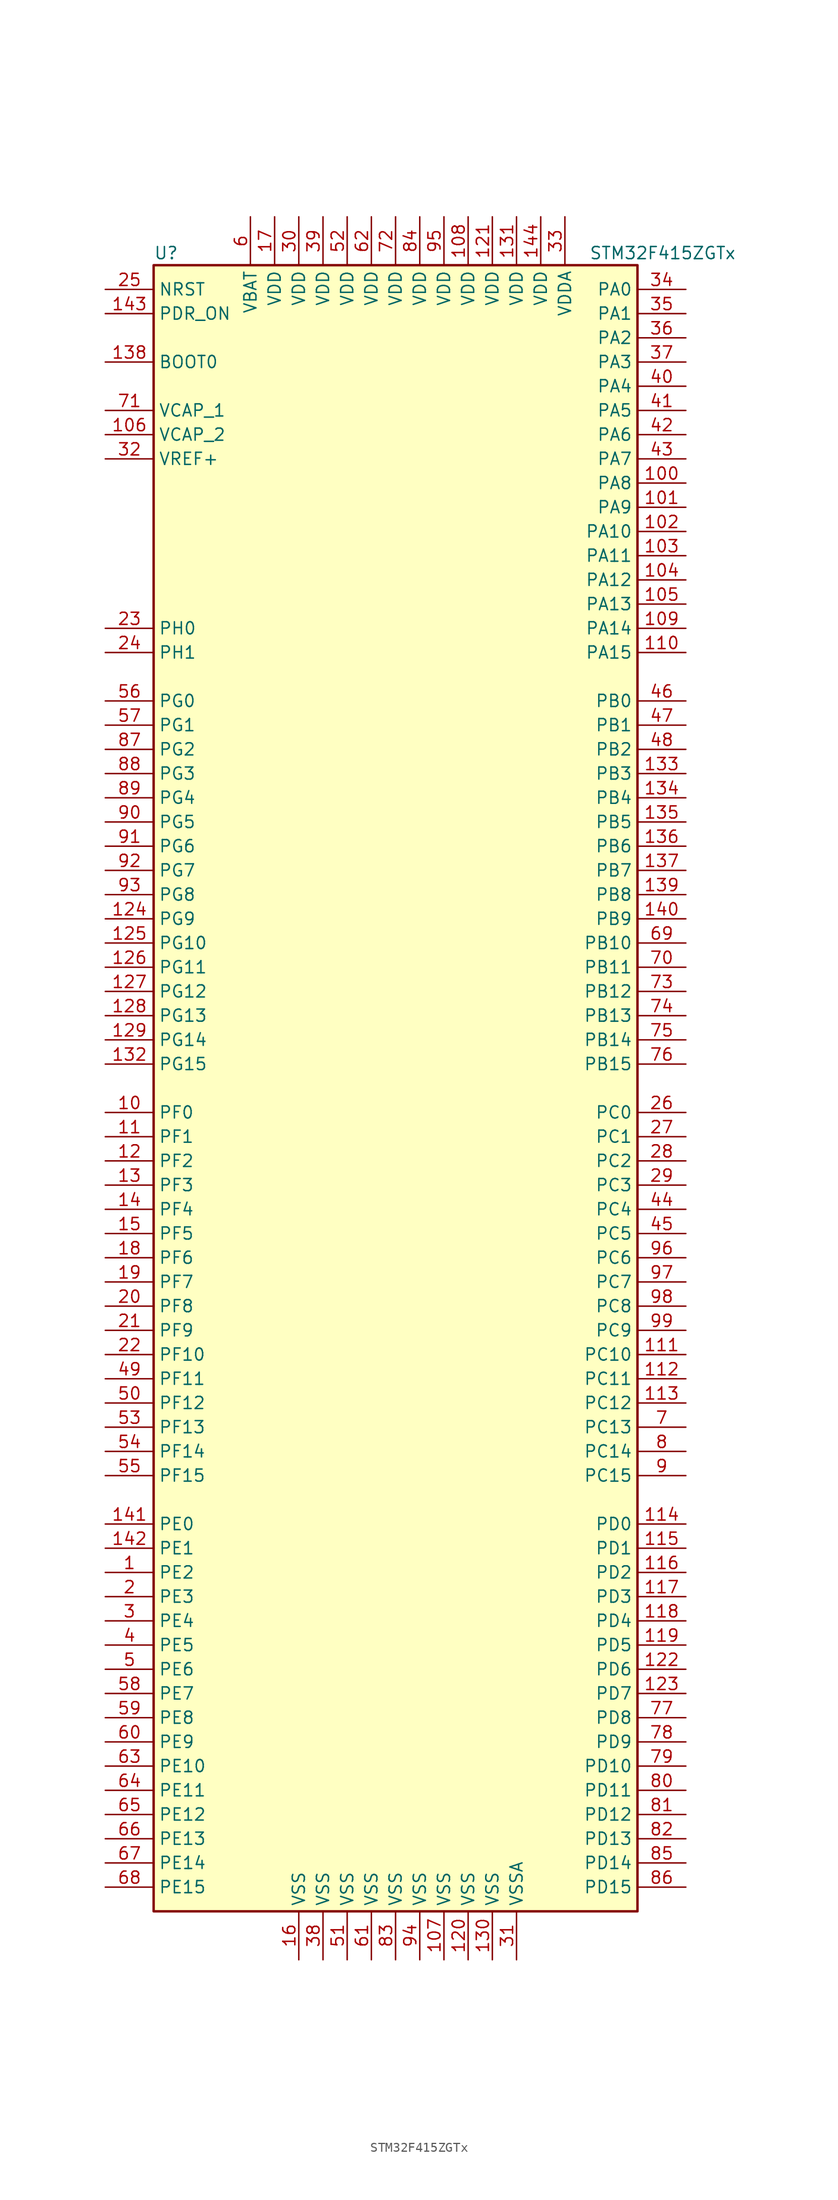
<source format=kicad_sym>
(kicad_symbol_lib
  (version 20201005)
  (generator kicad_symbol_editor)
  (symbol "STM32F415ZGTx"
    (property "Reference" "U"
      (at -25.4 87.63 0)
      (effects (font (size 1.27 1.27)) (justify left)))
    (property "Value" "STM32F415ZGTx"
      (at 20.32 87.63 0)
      (effects (font (size 1.27 1.27)) (justify left)))
    (symbol "STM32F415ZGTx_0_1"
      (rectangle (start -25.4 -86.36) (end 25.4 86.36) (stroke (width 0.254)) (fill (type background))))
    (symbol "STM32F415ZGTx_1_1"
      (pin bidirectional line (at -30.48 -50.8 0) (length 5.08) (name "PE2" (effects (font (size 1.27 1.27)))) (number "1" (effects (font (size 1.27 1.27)))))
      (pin bidirectional line (at -30.48 -2.54 0) (length 5.08) (name "PF0" (effects (font (size 1.27 1.27)))) (number "10" (effects (font (size 1.27 1.27)))))
      (pin bidirectional line (at 30.48 63.5 180) (length 5.08) (name "PA8" (effects (font (size 1.27 1.27)))) (number "100" (effects (font (size 1.27 1.27)))))
      (pin bidirectional line (at 30.48 60.96 180) (length 5.08) (name "PA9" (effects (font (size 1.27 1.27)))) (number "101" (effects (font (size 1.27 1.27)))))
      (pin bidirectional line (at 30.48 58.42 180) (length 5.08) (name "PA10" (effects (font (size 1.27 1.27)))) (number "102" (effects (font (size 1.27 1.27)))))
      (pin bidirectional line (at 30.48 55.88 180) (length 5.08) (name "PA11" (effects (font (size 1.27 1.27)))) (number "103" (effects (font (size 1.27 1.27)))))
      (pin bidirectional line (at 30.48 53.34 180) (length 5.08) (name "PA12" (effects (font (size 1.27 1.27)))) (number "104" (effects (font (size 1.27 1.27)))))
      (pin bidirectional line (at 30.48 50.8 180) (length 5.08) (name "PA13" (effects (font (size 1.27 1.27)))) (number "105" (effects (font (size 1.27 1.27)))))
      (pin power_in line (at -30.48 68.58 0) (length 5.08) (name "VCAP_2" (effects (font (size 1.27 1.27)))) (number "106" (effects (font (size 1.27 1.27)))))
      (pin power_in line (at 5.08 -91.44 90) (length 5.08) (name "VSS" (effects (font (size 1.27 1.27)))) (number "107" (effects (font (size 1.27 1.27)))))
      (pin power_in line (at 7.62 91.44 270) (length 5.08) (name "VDD" (effects (font (size 1.27 1.27)))) (number "108" (effects (font (size 1.27 1.27)))))
      (pin bidirectional line (at 30.48 48.26 180) (length 5.08) (name "PA14" (effects (font (size 1.27 1.27)))) (number "109" (effects (font (size 1.27 1.27)))))
      (pin bidirectional line (at -30.48 -5.08 0) (length 5.08) (name "PF1" (effects (font (size 1.27 1.27)))) (number "11" (effects (font (size 1.27 1.27)))))
      (pin bidirectional line (at 30.48 45.72 180) (length 5.08) (name "PA15" (effects (font (size 1.27 1.27)))) (number "110" (effects (font (size 1.27 1.27)))))
      (pin bidirectional line (at 30.48 -27.94 180) (length 5.08) (name "PC10" (effects (font (size 1.27 1.27)))) (number "111" (effects (font (size 1.27 1.27)))))
      (pin bidirectional line (at 30.48 -30.48 180) (length 5.08) (name "PC11" (effects (font (size 1.27 1.27)))) (number "112" (effects (font (size 1.27 1.27)))))
      (pin bidirectional line (at 30.48 -33.02 180) (length 5.08) (name "PC12" (effects (font (size 1.27 1.27)))) (number "113" (effects (font (size 1.27 1.27)))))
      (pin bidirectional line (at 30.48 -45.72 180) (length 5.08) (name "PD0" (effects (font (size 1.27 1.27)))) (number "114" (effects (font (size 1.27 1.27)))))
      (pin bidirectional line (at 30.48 -48.26 180) (length 5.08) (name "PD1" (effects (font (size 1.27 1.27)))) (number "115" (effects (font (size 1.27 1.27)))))
      (pin bidirectional line (at 30.48 -50.8 180) (length 5.08) (name "PD2" (effects (font (size 1.27 1.27)))) (number "116" (effects (font (size 1.27 1.27)))))
      (pin bidirectional line (at 30.48 -53.34 180) (length 5.08) (name "PD3" (effects (font (size 1.27 1.27)))) (number "117" (effects (font (size 1.27 1.27)))))
      (pin bidirectional line (at 30.48 -55.88 180) (length 5.08) (name "PD4" (effects (font (size 1.27 1.27)))) (number "118" (effects (font (size 1.27 1.27)))))
      (pin bidirectional line (at 30.48 -58.42 180) (length 5.08) (name "PD5" (effects (font (size 1.27 1.27)))) (number "119" (effects (font (size 1.27 1.27)))))
      (pin bidirectional line (at -30.48 -7.62 0) (length 5.08) (name "PF2" (effects (font (size 1.27 1.27)))) (number "12" (effects (font (size 1.27 1.27)))))
      (pin power_in line (at 7.62 -91.44 90) (length 5.08) (name "VSS" (effects (font (size 1.27 1.27)))) (number "120" (effects (font (size 1.27 1.27)))))
      (pin power_in line (at 10.16 91.44 270) (length 5.08) (name "VDD" (effects (font (size 1.27 1.27)))) (number "121" (effects (font (size 1.27 1.27)))))
      (pin bidirectional line (at 30.48 -60.96 180) (length 5.08) (name "PD6" (effects (font (size 1.27 1.27)))) (number "122" (effects (font (size 1.27 1.27)))))
      (pin bidirectional line (at 30.48 -63.5 180) (length 5.08) (name "PD7" (effects (font (size 1.27 1.27)))) (number "123" (effects (font (size 1.27 1.27)))))
      (pin bidirectional line (at -30.48 17.78 0) (length 5.08) (name "PG9" (effects (font (size 1.27 1.27)))) (number "124" (effects (font (size 1.27 1.27)))))
      (pin bidirectional line (at -30.48 15.24 0) (length 5.08) (name "PG10" (effects (font (size 1.27 1.27)))) (number "125" (effects (font (size 1.27 1.27)))))
      (pin bidirectional line (at -30.48 12.7 0) (length 5.08) (name "PG11" (effects (font (size 1.27 1.27)))) (number "126" (effects (font (size 1.27 1.27)))))
      (pin bidirectional line (at -30.48 10.16 0) (length 5.08) (name "PG12" (effects (font (size 1.27 1.27)))) (number "127" (effects (font (size 1.27 1.27)))))
      (pin bidirectional line (at -30.48 7.62 0) (length 5.08) (name "PG13" (effects (font (size 1.27 1.27)))) (number "128" (effects (font (size 1.27 1.27)))))
      (pin bidirectional line (at -30.48 5.08 0) (length 5.08) (name "PG14" (effects (font (size 1.27 1.27)))) (number "129" (effects (font (size 1.27 1.27)))))
      (pin bidirectional line (at -30.48 -10.16 0) (length 5.08) (name "PF3" (effects (font (size 1.27 1.27)))) (number "13" (effects (font (size 1.27 1.27)))))
      (pin power_in line (at 10.16 -91.44 90) (length 5.08) (name "VSS" (effects (font (size 1.27 1.27)))) (number "130" (effects (font (size 1.27 1.27)))))
      (pin power_in line (at 12.7 91.44 270) (length 5.08) (name "VDD" (effects (font (size 1.27 1.27)))) (number "131" (effects (font (size 1.27 1.27)))))
      (pin bidirectional line (at -30.48 2.54 0) (length 5.08) (name "PG15" (effects (font (size 1.27 1.27)))) (number "132" (effects (font (size 1.27 1.27)))))
      (pin bidirectional line (at 30.48 33.02 180) (length 5.08) (name "PB3" (effects (font (size 1.27 1.27)))) (number "133" (effects (font (size 1.27 1.27)))))
      (pin bidirectional line (at 30.48 30.48 180) (length 5.08) (name "PB4" (effects (font (size 1.27 1.27)))) (number "134" (effects (font (size 1.27 1.27)))))
      (pin bidirectional line (at 30.48 27.94 180) (length 5.08) (name "PB5" (effects (font (size 1.27 1.27)))) (number "135" (effects (font (size 1.27 1.27)))))
      (pin bidirectional line (at 30.48 25.4 180) (length 5.08) (name "PB6" (effects (font (size 1.27 1.27)))) (number "136" (effects (font (size 1.27 1.27)))))
      (pin bidirectional line (at 30.48 22.86 180) (length 5.08) (name "PB7" (effects (font (size 1.27 1.27)))) (number "137" (effects (font (size 1.27 1.27)))))
      (pin input line (at -30.48 76.2 0) (length 5.08) (name "BOOT0" (effects (font (size 1.27 1.27)))) (number "138" (effects (font (size 1.27 1.27)))))
      (pin bidirectional line (at 30.48 20.32 180) (length 5.08) (name "PB8" (effects (font (size 1.27 1.27)))) (number "139" (effects (font (size 1.27 1.27)))))
      (pin bidirectional line (at -30.48 -12.7 0) (length 5.08) (name "PF4" (effects (font (size 1.27 1.27)))) (number "14" (effects (font (size 1.27 1.27)))))
      (pin bidirectional line (at 30.48 17.78 180) (length 5.08) (name "PB9" (effects (font (size 1.27 1.27)))) (number "140" (effects (font (size 1.27 1.27)))))
      (pin bidirectional line (at -30.48 -45.72 0) (length 5.08) (name "PE0" (effects (font (size 1.27 1.27)))) (number "141" (effects (font (size 1.27 1.27)))))
      (pin bidirectional line (at -30.48 -48.26 0) (length 5.08) (name "PE1" (effects (font (size 1.27 1.27)))) (number "142" (effects (font (size 1.27 1.27)))))
      (pin input line (at -30.48 81.28 0) (length 5.08) (name "PDR_ON" (effects (font (size 1.27 1.27)))) (number "143" (effects (font (size 1.27 1.27)))))
      (pin power_in line (at 15.24 91.44 270) (length 5.08) (name "VDD" (effects (font (size 1.27 1.27)))) (number "144" (effects (font (size 1.27 1.27)))))
      (pin bidirectional line (at -30.48 -15.24 0) (length 5.08) (name "PF5" (effects (font (size 1.27 1.27)))) (number "15" (effects (font (size 1.27 1.27)))))
      (pin power_in line (at -10.16 -91.44 90) (length 5.08) (name "VSS" (effects (font (size 1.27 1.27)))) (number "16" (effects (font (size 1.27 1.27)))))
      (pin power_in line (at -12.7 91.44 270) (length 5.08) (name "VDD" (effects (font (size 1.27 1.27)))) (number "17" (effects (font (size 1.27 1.27)))))
      (pin bidirectional line (at -30.48 -17.78 0) (length 5.08) (name "PF6" (effects (font (size 1.27 1.27)))) (number "18" (effects (font (size 1.27 1.27)))))
      (pin bidirectional line (at -30.48 -20.32 0) (length 5.08) (name "PF7" (effects (font (size 1.27 1.27)))) (number "19" (effects (font (size 1.27 1.27)))))
      (pin bidirectional line (at -30.48 -53.34 0) (length 5.08) (name "PE3" (effects (font (size 1.27 1.27)))) (number "2" (effects (font (size 1.27 1.27)))))
      (pin bidirectional line (at -30.48 -22.86 0) (length 5.08) (name "PF8" (effects (font (size 1.27 1.27)))) (number "20" (effects (font (size 1.27 1.27)))))
      (pin bidirectional line (at -30.48 -25.4 0) (length 5.08) (name "PF9" (effects (font (size 1.27 1.27)))) (number "21" (effects (font (size 1.27 1.27)))))
      (pin bidirectional line (at -30.48 -27.94 0) (length 5.08) (name "PF10" (effects (font (size 1.27 1.27)))) (number "22" (effects (font (size 1.27 1.27)))))
      (pin input line (at -30.48 48.26 0) (length 5.08) (name "PH0" (effects (font (size 1.27 1.27)))) (number "23" (effects (font (size 1.27 1.27)))))
      (pin input line (at -30.48 45.72 0) (length 5.08) (name "PH1" (effects (font (size 1.27 1.27)))) (number "24" (effects (font (size 1.27 1.27)))))
      (pin input line (at -30.48 83.82 0) (length 5.08) (name "NRST" (effects (font (size 1.27 1.27)))) (number "25" (effects (font (size 1.27 1.27)))))
      (pin bidirectional line (at 30.48 -2.54 180) (length 5.08) (name "PC0" (effects (font (size 1.27 1.27)))) (number "26" (effects (font (size 1.27 1.27)))))
      (pin bidirectional line (at 30.48 -5.08 180) (length 5.08) (name "PC1" (effects (font (size 1.27 1.27)))) (number "27" (effects (font (size 1.27 1.27)))))
      (pin bidirectional line (at 30.48 -7.62 180) (length 5.08) (name "PC2" (effects (font (size 1.27 1.27)))) (number "28" (effects (font (size 1.27 1.27)))))
      (pin bidirectional line (at 30.48 -10.16 180) (length 5.08) (name "PC3" (effects (font (size 1.27 1.27)))) (number "29" (effects (font (size 1.27 1.27)))))
      (pin bidirectional line (at -30.48 -55.88 0) (length 5.08) (name "PE4" (effects (font (size 1.27 1.27)))) (number "3" (effects (font (size 1.27 1.27)))))
      (pin power_in line (at -10.16 91.44 270) (length 5.08) (name "VDD" (effects (font (size 1.27 1.27)))) (number "30" (effects (font (size 1.27 1.27)))))
      (pin power_in line (at 12.7 -91.44 90) (length 5.08) (name "VSSA" (effects (font (size 1.27 1.27)))) (number "31" (effects (font (size 1.27 1.27)))))
      (pin power_in line (at -30.48 66.04 0) (length 5.08) (name "VREF+" (effects (font (size 1.27 1.27)))) (number "32" (effects (font (size 1.27 1.27)))))
      (pin power_in line (at 17.78 91.44 270) (length 5.08) (name "VDDA" (effects (font (size 1.27 1.27)))) (number "33" (effects (font (size 1.27 1.27)))))
      (pin bidirectional line (at 30.48 83.82 180) (length 5.08) (name "PA0" (effects (font (size 1.27 1.27)))) (number "34" (effects (font (size 1.27 1.27)))))
      (pin bidirectional line (at 30.48 81.28 180) (length 5.08) (name "PA1" (effects (font (size 1.27 1.27)))) (number "35" (effects (font (size 1.27 1.27)))))
      (pin bidirectional line (at 30.48 78.74 180) (length 5.08) (name "PA2" (effects (font (size 1.27 1.27)))) (number "36" (effects (font (size 1.27 1.27)))))
      (pin bidirectional line (at 30.48 76.2 180) (length 5.08) (name "PA3" (effects (font (size 1.27 1.27)))) (number "37" (effects (font (size 1.27 1.27)))))
      (pin power_in line (at -7.62 -91.44 90) (length 5.08) (name "VSS" (effects (font (size 1.27 1.27)))) (number "38" (effects (font (size 1.27 1.27)))))
      (pin power_in line (at -7.62 91.44 270) (length 5.08) (name "VDD" (effects (font (size 1.27 1.27)))) (number "39" (effects (font (size 1.27 1.27)))))
      (pin bidirectional line (at -30.48 -58.42 0) (length 5.08) (name "PE5" (effects (font (size 1.27 1.27)))) (number "4" (effects (font (size 1.27 1.27)))))
      (pin bidirectional line (at 30.48 73.66 180) (length 5.08) (name "PA4" (effects (font (size 1.27 1.27)))) (number "40" (effects (font (size 1.27 1.27)))))
      (pin bidirectional line (at 30.48 71.12 180) (length 5.08) (name "PA5" (effects (font (size 1.27 1.27)))) (number "41" (effects (font (size 1.27 1.27)))))
      (pin bidirectional line (at 30.48 68.58 180) (length 5.08) (name "PA6" (effects (font (size 1.27 1.27)))) (number "42" (effects (font (size 1.27 1.27)))))
      (pin bidirectional line (at 30.48 66.04 180) (length 5.08) (name "PA7" (effects (font (size 1.27 1.27)))) (number "43" (effects (font (size 1.27 1.27)))))
      (pin bidirectional line (at 30.48 -12.7 180) (length 5.08) (name "PC4" (effects (font (size 1.27 1.27)))) (number "44" (effects (font (size 1.27 1.27)))))
      (pin bidirectional line (at 30.48 -15.24 180) (length 5.08) (name "PC5" (effects (font (size 1.27 1.27)))) (number "45" (effects (font (size 1.27 1.27)))))
      (pin bidirectional line (at 30.48 40.64 180) (length 5.08) (name "PB0" (effects (font (size 1.27 1.27)))) (number "46" (effects (font (size 1.27 1.27)))))
      (pin bidirectional line (at 30.48 38.1 180) (length 5.08) (name "PB1" (effects (font (size 1.27 1.27)))) (number "47" (effects (font (size 1.27 1.27)))))
      (pin bidirectional line (at 30.48 35.56 180) (length 5.08) (name "PB2" (effects (font (size 1.27 1.27)))) (number "48" (effects (font (size 1.27 1.27)))))
      (pin bidirectional line (at -30.48 -30.48 0) (length 5.08) (name "PF11" (effects (font (size 1.27 1.27)))) (number "49" (effects (font (size 1.27 1.27)))))
      (pin bidirectional line (at -30.48 -60.96 0) (length 5.08) (name "PE6" (effects (font (size 1.27 1.27)))) (number "5" (effects (font (size 1.27 1.27)))))
      (pin bidirectional line (at -30.48 -33.02 0) (length 5.08) (name "PF12" (effects (font (size 1.27 1.27)))) (number "50" (effects (font (size 1.27 1.27)))))
      (pin power_in line (at -5.08 -91.44 90) (length 5.08) (name "VSS" (effects (font (size 1.27 1.27)))) (number "51" (effects (font (size 1.27 1.27)))))
      (pin power_in line (at -5.08 91.44 270) (length 5.08) (name "VDD" (effects (font (size 1.27 1.27)))) (number "52" (effects (font (size 1.27 1.27)))))
      (pin bidirectional line (at -30.48 -35.56 0) (length 5.08) (name "PF13" (effects (font (size 1.27 1.27)))) (number "53" (effects (font (size 1.27 1.27)))))
      (pin bidirectional line (at -30.48 -38.1 0) (length 5.08) (name "PF14" (effects (font (size 1.27 1.27)))) (number "54" (effects (font (size 1.27 1.27)))))
      (pin bidirectional line (at -30.48 -40.64 0) (length 5.08) (name "PF15" (effects (font (size 1.27 1.27)))) (number "55" (effects (font (size 1.27 1.27)))))
      (pin bidirectional line (at -30.48 40.64 0) (length 5.08) (name "PG0" (effects (font (size 1.27 1.27)))) (number "56" (effects (font (size 1.27 1.27)))))
      (pin bidirectional line (at -30.48 38.1 0) (length 5.08) (name "PG1" (effects (font (size 1.27 1.27)))) (number "57" (effects (font (size 1.27 1.27)))))
      (pin bidirectional line (at -30.48 -63.5 0) (length 5.08) (name "PE7" (effects (font (size 1.27 1.27)))) (number "58" (effects (font (size 1.27 1.27)))))
      (pin bidirectional line (at -30.48 -66.04 0) (length 5.08) (name "PE8" (effects (font (size 1.27 1.27)))) (number "59" (effects (font (size 1.27 1.27)))))
      (pin power_in line (at -15.24 91.44 270) (length 5.08) (name "VBAT" (effects (font (size 1.27 1.27)))) (number "6" (effects (font (size 1.27 1.27)))))
      (pin bidirectional line (at -30.48 -68.58 0) (length 5.08) (name "PE9" (effects (font (size 1.27 1.27)))) (number "60" (effects (font (size 1.27 1.27)))))
      (pin power_in line (at -2.54 -91.44 90) (length 5.08) (name "VSS" (effects (font (size 1.27 1.27)))) (number "61" (effects (font (size 1.27 1.27)))))
      (pin power_in line (at -2.54 91.44 270) (length 5.08) (name "VDD" (effects (font (size 1.27 1.27)))) (number "62" (effects (font (size 1.27 1.27)))))
      (pin bidirectional line (at -30.48 -71.12 0) (length 5.08) (name "PE10" (effects (font (size 1.27 1.27)))) (number "63" (effects (font (size 1.27 1.27)))))
      (pin bidirectional line (at -30.48 -73.66 0) (length 5.08) (name "PE11" (effects (font (size 1.27 1.27)))) (number "64" (effects (font (size 1.27 1.27)))))
      (pin bidirectional line (at -30.48 -76.2 0) (length 5.08) (name "PE12" (effects (font (size 1.27 1.27)))) (number "65" (effects (font (size 1.27 1.27)))))
      (pin bidirectional line (at -30.48 -78.74 0) (length 5.08) (name "PE13" (effects (font (size 1.27 1.27)))) (number "66" (effects (font (size 1.27 1.27)))))
      (pin bidirectional line (at -30.48 -81.28 0) (length 5.08) (name "PE14" (effects (font (size 1.27 1.27)))) (number "67" (effects (font (size 1.27 1.27)))))
      (pin bidirectional line (at -30.48 -83.82 0) (length 5.08) (name "PE15" (effects (font (size 1.27 1.27)))) (number "68" (effects (font (size 1.27 1.27)))))
      (pin bidirectional line (at 30.48 15.24 180) (length 5.08) (name "PB10" (effects (font (size 1.27 1.27)))) (number "69" (effects (font (size 1.27 1.27)))))
      (pin bidirectional line (at 30.48 -35.56 180) (length 5.08) (name "PC13" (effects (font (size 1.27 1.27)))) (number "7" (effects (font (size 1.27 1.27)))))
      (pin bidirectional line (at 30.48 12.7 180) (length 5.08) (name "PB11" (effects (font (size 1.27 1.27)))) (number "70" (effects (font (size 1.27 1.27)))))
      (pin power_in line (at -30.48 71.12 0) (length 5.08) (name "VCAP_1" (effects (font (size 1.27 1.27)))) (number "71" (effects (font (size 1.27 1.27)))))
      (pin power_in line (at 0 91.44 270) (length 5.08) (name "VDD" (effects (font (size 1.27 1.27)))) (number "72" (effects (font (size 1.27 1.27)))))
      (pin bidirectional line (at 30.48 10.16 180) (length 5.08) (name "PB12" (effects (font (size 1.27 1.27)))) (number "73" (effects (font (size 1.27 1.27)))))
      (pin bidirectional line (at 30.48 7.62 180) (length 5.08) (name "PB13" (effects (font (size 1.27 1.27)))) (number "74" (effects (font (size 1.27 1.27)))))
      (pin bidirectional line (at 30.48 5.08 180) (length 5.08) (name "PB14" (effects (font (size 1.27 1.27)))) (number "75" (effects (font (size 1.27 1.27)))))
      (pin bidirectional line (at 30.48 2.54 180) (length 5.08) (name "PB15" (effects (font (size 1.27 1.27)))) (number "76" (effects (font (size 1.27 1.27)))))
      (pin bidirectional line (at 30.48 -66.04 180) (length 5.08) (name "PD8" (effects (font (size 1.27 1.27)))) (number "77" (effects (font (size 1.27 1.27)))))
      (pin bidirectional line (at 30.48 -68.58 180) (length 5.08) (name "PD9" (effects (font (size 1.27 1.27)))) (number "78" (effects (font (size 1.27 1.27)))))
      (pin bidirectional line (at 30.48 -71.12 180) (length 5.08) (name "PD10" (effects (font (size 1.27 1.27)))) (number "79" (effects (font (size 1.27 1.27)))))
      (pin bidirectional line (at 30.48 -38.1 180) (length 5.08) (name "PC14" (effects (font (size 1.27 1.27)))) (number "8" (effects (font (size 1.27 1.27)))))
      (pin bidirectional line (at 30.48 -73.66 180) (length 5.08) (name "PD11" (effects (font (size 1.27 1.27)))) (number "80" (effects (font (size 1.27 1.27)))))
      (pin bidirectional line (at 30.48 -76.2 180) (length 5.08) (name "PD12" (effects (font (size 1.27 1.27)))) (number "81" (effects (font (size 1.27 1.27)))))
      (pin bidirectional line (at 30.48 -78.74 180) (length 5.08) (name "PD13" (effects (font (size 1.27 1.27)))) (number "82" (effects (font (size 1.27 1.27)))))
      (pin power_in line (at 0 -91.44 90) (length 5.08) (name "VSS" (effects (font (size 1.27 1.27)))) (number "83" (effects (font (size 1.27 1.27)))))
      (pin power_in line (at 2.54 91.44 270) (length 5.08) (name "VDD" (effects (font (size 1.27 1.27)))) (number "84" (effects (font (size 1.27 1.27)))))
      (pin bidirectional line (at 30.48 -81.28 180) (length 5.08) (name "PD14" (effects (font (size 1.27 1.27)))) (number "85" (effects (font (size 1.27 1.27)))))
      (pin bidirectional line (at 30.48 -83.82 180) (length 5.08) (name "PD15" (effects (font (size 1.27 1.27)))) (number "86" (effects (font (size 1.27 1.27)))))
      (pin bidirectional line (at -30.48 35.56 0) (length 5.08) (name "PG2" (effects (font (size 1.27 1.27)))) (number "87" (effects (font (size 1.27 1.27)))))
      (pin bidirectional line (at -30.48 33.02 0) (length 5.08) (name "PG3" (effects (font (size 1.27 1.27)))) (number "88" (effects (font (size 1.27 1.27)))))
      (pin bidirectional line (at -30.48 30.48 0) (length 5.08) (name "PG4" (effects (font (size 1.27 1.27)))) (number "89" (effects (font (size 1.27 1.27)))))
      (pin bidirectional line (at 30.48 -40.64 180) (length 5.08) (name "PC15" (effects (font (size 1.27 1.27)))) (number "9" (effects (font (size 1.27 1.27)))))
      (pin bidirectional line (at -30.48 27.94 0) (length 5.08) (name "PG5" (effects (font (size 1.27 1.27)))) (number "90" (effects (font (size 1.27 1.27)))))
      (pin bidirectional line (at -30.48 25.4 0) (length 5.08) (name "PG6" (effects (font (size 1.27 1.27)))) (number "91" (effects (font (size 1.27 1.27)))))
      (pin bidirectional line (at -30.48 22.86 0) (length 5.08) (name "PG7" (effects (font (size 1.27 1.27)))) (number "92" (effects (font (size 1.27 1.27)))))
      (pin bidirectional line (at -30.48 20.32 0) (length 5.08) (name "PG8" (effects (font (size 1.27 1.27)))) (number "93" (effects (font (size 1.27 1.27)))))
      (pin power_in line (at 2.54 -91.44 90) (length 5.08) (name "VSS" (effects (font (size 1.27 1.27)))) (number "94" (effects (font (size 1.27 1.27)))))
      (pin power_in line (at 5.08 91.44 270) (length 5.08) (name "VDD" (effects (font (size 1.27 1.27)))) (number "95" (effects (font (size 1.27 1.27)))))
      (pin bidirectional line (at 30.48 -17.78 180) (length 5.08) (name "PC6" (effects (font (size 1.27 1.27)))) (number "96" (effects (font (size 1.27 1.27)))))
      (pin bidirectional line (at 30.48 -20.32 180) (length 5.08) (name "PC7" (effects (font (size 1.27 1.27)))) (number "97" (effects (font (size 1.27 1.27)))))
      (pin bidirectional line (at 30.48 -22.86 180) (length 5.08) (name "PC8" (effects (font (size 1.27 1.27)))) (number "98" (effects (font (size 1.27 1.27)))))
      (pin bidirectional line (at 30.48 -25.4 180) (length 5.08) (name "PC9" (effects (font (size 1.27 1.27)))) (number "99" (effects (font (size 1.27 1.27))))))))
</source>
